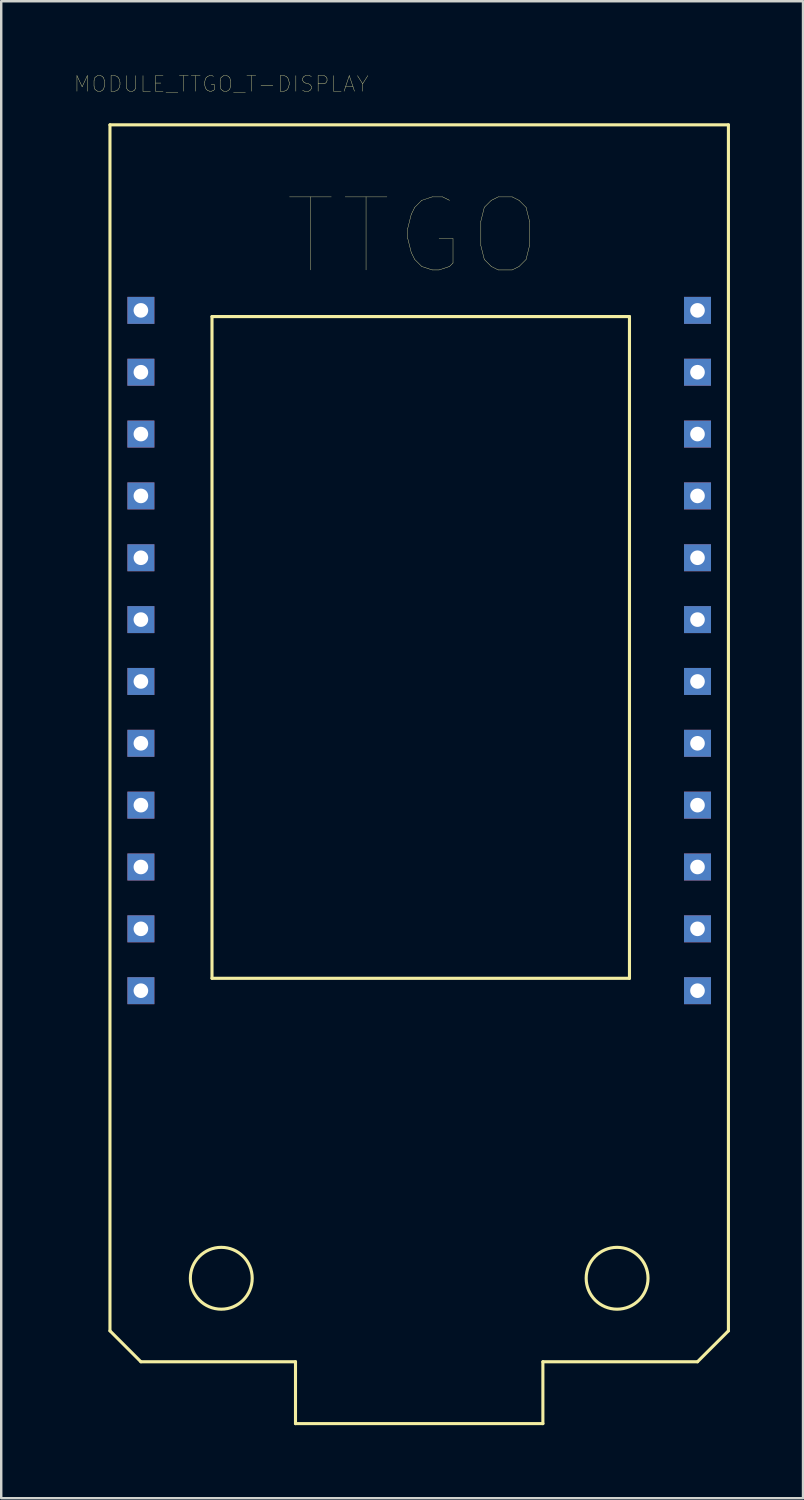
<source format=kicad_pcb>
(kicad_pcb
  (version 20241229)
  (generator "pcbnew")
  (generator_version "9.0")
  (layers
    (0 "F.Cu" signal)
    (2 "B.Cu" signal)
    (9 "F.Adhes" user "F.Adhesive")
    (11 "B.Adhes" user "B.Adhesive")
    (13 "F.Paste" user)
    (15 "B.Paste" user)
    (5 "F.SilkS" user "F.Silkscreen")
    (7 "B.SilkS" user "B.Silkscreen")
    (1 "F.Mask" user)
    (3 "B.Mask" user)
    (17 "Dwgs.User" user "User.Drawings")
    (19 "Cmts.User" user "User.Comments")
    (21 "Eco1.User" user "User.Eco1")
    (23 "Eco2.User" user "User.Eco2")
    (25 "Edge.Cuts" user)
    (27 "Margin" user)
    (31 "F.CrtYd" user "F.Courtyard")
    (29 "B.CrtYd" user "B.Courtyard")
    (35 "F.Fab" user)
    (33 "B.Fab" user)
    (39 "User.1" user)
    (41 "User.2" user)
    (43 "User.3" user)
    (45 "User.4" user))
  (footprint "MODULE_TTGO_T-DISPLAY"
    (layer "F.Cu")
    (at 14.166 23.667)
    (property "Reference" "MODULE_TTGO_T-DISPLAY" (at -8.128 -23.266 0) (layer "F.SilkS") (effects (font (size 0.64 0.64) (thickness 0.015))))
    (attr through_hole)
    (fp_line (start -12.7 -21.59) (end 12.7 -21.59) (stroke (width 0.127) (type solid)) (layer "F.SilkS"))
    (fp_line (start -12.7 27.94) (end -12.7 -21.59) (stroke (width 0.127) (type solid)) (layer "F.SilkS"))
    (fp_line (start -11.43 29.21) (end -12.7 27.94) (stroke (width 0.127) (type solid)) (layer "F.SilkS"))
    (fp_line (start -8.509 -13.716) (end 8.636 -13.716) (stroke (width 0.127) (type solid)) (layer "F.SilkS"))
    (fp_line (start -8.509 13.462) (end -8.509 -13.716) (stroke (width 0.127) (type solid)) (layer "F.SilkS"))
    (fp_line (start -5.08 29.21) (end -11.43 29.21) (stroke (width 0.127) (type solid)) (layer "F.SilkS"))
    (fp_line (start -5.08 31.75) (end -5.08 29.21) (stroke (width 0.127) (type solid)) (layer "F.SilkS"))
    (fp_line (start 5.08 29.21) (end 5.08 31.75) (stroke (width 0.127) (type solid)) (layer "F.SilkS"))
    (fp_line (start 5.08 31.75) (end -5.08 31.75) (stroke (width 0.127) (type solid)) (layer "F.SilkS"))
    (fp_line (start 8.636 -13.716) (end 8.636 13.462) (stroke (width 0.127) (type solid)) (layer "F.SilkS"))
    (fp_line (start 8.636 13.462) (end -8.509 13.462) (stroke (width 0.127) (type solid)) (layer "F.SilkS"))
    (fp_line (start 11.43 29.21) (end 5.08 29.21) (stroke (width 0.127) (type solid)) (layer "F.SilkS"))
    (fp_line (start 12.7 -21.59) (end 12.7 27.94) (stroke (width 0.127) (type solid)) (layer "F.SilkS"))
    (fp_line (start 12.7 27.94) (end 11.43 29.21) (stroke (width 0.127) (type solid)) (layer "F.SilkS"))
    (fp_circle (center -8.128 25.781) (end -6.858 25.781) (stroke (width 0.127) (type solid)) (fill no) (layer "F.SilkS"))
    (fp_circle (center 8.128 25.781) (end 9.398 25.781) (stroke (width 0.127) (type solid)) (fill no) (layer "F.SilkS"))
    (fp_text user "TTGO" (at -0.254 -17.018 0) (layer "F.SilkS") (effects (font (size 3 3) (thickness 0.015))))
    (pad "P$1" thru_hole rect (at -11.43 -13.97) (size 1.108 1.108) (drill 0.6) (layers "*.Cu" "*.Mask"))
    (pad "P$2" thru_hole rect (at -11.43 -11.43) (size 1.108 1.108) (drill 0.6) (layers "*.Cu" "*.Mask"))
    (pad "P$3" thru_hole rect (at -11.43 -8.89) (size 1.108 1.108) (drill 0.6) (layers "*.Cu" "*.Mask"))
    (pad "P$4" thru_hole rect (at -11.43 -6.35) (size 1.108 1.108) (drill 0.6) (layers "*.Cu" "*.Mask"))
    (pad "P$5" thru_hole rect (at -11.43 -3.81) (size 1.108 1.108) (drill 0.6) (layers "*.Cu" "*.Mask"))
    (pad "P$6" thru_hole rect (at -11.43 -1.27) (size 1.108 1.108) (drill 0.6) (layers "*.Cu" "*.Mask"))
    (pad "P$7" thru_hole rect (at -11.43 1.27) (size 1.108 1.108) (drill 0.6) (layers "*.Cu" "*.Mask"))
    (pad "P$8" thru_hole rect (at -11.43 3.81) (size 1.108 1.108) (drill 0.6) (layers "*.Cu" "*.Mask"))
    (pad "P$9" thru_hole rect (at -11.43 6.35) (size 1.108 1.108) (drill 0.6) (layers "*.Cu" "*.Mask"))
    (pad "P$10" thru_hole rect (at -11.43 8.89) (size 1.108 1.108) (drill 0.6) (layers "*.Cu" "*.Mask"))
    (pad "P$11" thru_hole rect (at -11.43 11.43) (size 1.108 1.108) (drill 0.6) (layers "*.Cu" "*.Mask"))
    (pad "P$12" thru_hole rect (at -11.43 13.97) (size 1.108 1.108) (drill 0.6) (layers "*.Cu" "*.Mask"))
    (pad "P$13" thru_hole rect (at 11.43 13.97) (size 1.108 1.108) (drill 0.6) (layers "*.Cu" "*.Mask"))
    (pad "P$14" thru_hole rect (at 11.43 11.43) (size 1.108 1.108) (drill 0.6) (layers "*.Cu" "*.Mask"))
    (pad "P$15" thru_hole rect (at 11.43 8.89) (size 1.108 1.108) (drill 0.6) (layers "*.Cu" "*.Mask"))
    (pad "P$16" thru_hole rect (at 11.43 6.35) (size 1.108 1.108) (drill 0.6) (layers "*.Cu" "*.Mask"))
    (pad "P$17" thru_hole rect (at 11.43 3.81) (size 1.108 1.108) (drill 0.6) (layers "*.Cu" "*.Mask"))
    (pad "P$18" thru_hole rect (at 11.43 1.27) (size 1.108 1.108) (drill 0.6) (layers "*.Cu" "*.Mask"))
    (pad "P$19" thru_hole rect (at 11.43 -1.27) (size 1.108 1.108) (drill 0.6) (layers "*.Cu" "*.Mask"))
    (pad "P$20" thru_hole rect (at 11.43 -3.81) (size 1.108 1.108) (drill 0.6) (layers "*.Cu" "*.Mask"))
    (pad "P$21" thru_hole rect (at 11.43 -6.35) (size 1.108 1.108) (drill 0.6) (layers "*.Cu" "*.Mask"))
    (pad "P$22" thru_hole rect (at 11.43 -8.89) (size 1.108 1.108) (drill 0.6) (layers "*.Cu" "*.Mask"))
    (pad "P$23" thru_hole rect (at 11.43 -11.43) (size 1.108 1.108) (drill 0.6) (layers "*.Cu" "*.Mask"))
    (pad "P$24" thru_hole rect (at 11.43 -13.97) (size 1.108 1.108) (drill 0.6) (layers "*.Cu" "*.Mask")))
  (gr_rect
    (start -3 -3)
    (end 29.93 58.481)
    (stroke (width 0.1) (type default))
    (fill no)
    (layer "Edge.Cuts")))
</source>
